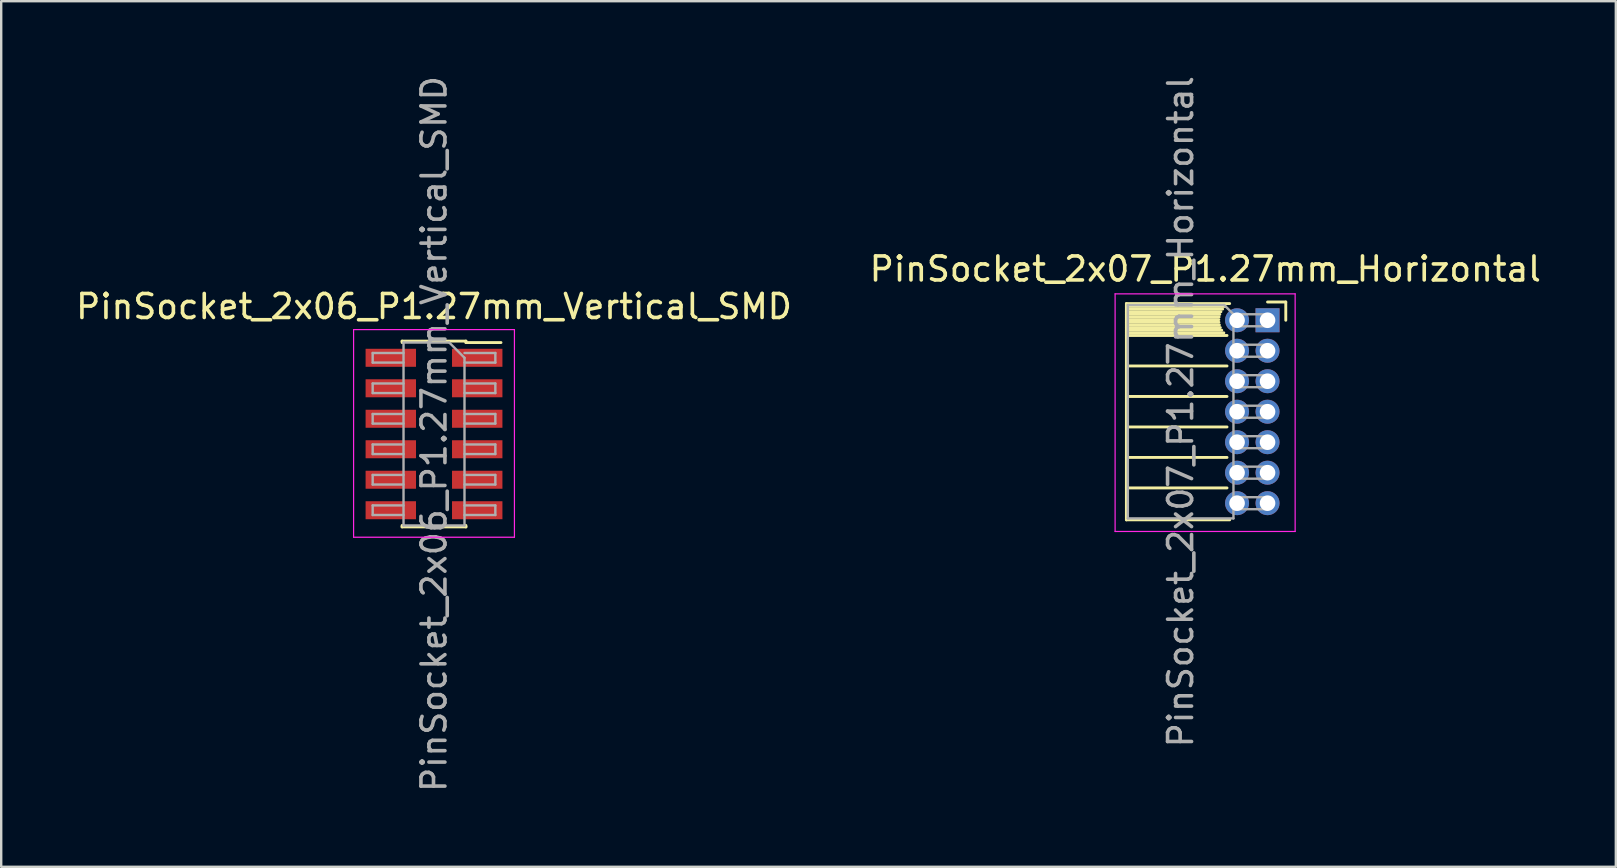
<source format=kicad_pcb>
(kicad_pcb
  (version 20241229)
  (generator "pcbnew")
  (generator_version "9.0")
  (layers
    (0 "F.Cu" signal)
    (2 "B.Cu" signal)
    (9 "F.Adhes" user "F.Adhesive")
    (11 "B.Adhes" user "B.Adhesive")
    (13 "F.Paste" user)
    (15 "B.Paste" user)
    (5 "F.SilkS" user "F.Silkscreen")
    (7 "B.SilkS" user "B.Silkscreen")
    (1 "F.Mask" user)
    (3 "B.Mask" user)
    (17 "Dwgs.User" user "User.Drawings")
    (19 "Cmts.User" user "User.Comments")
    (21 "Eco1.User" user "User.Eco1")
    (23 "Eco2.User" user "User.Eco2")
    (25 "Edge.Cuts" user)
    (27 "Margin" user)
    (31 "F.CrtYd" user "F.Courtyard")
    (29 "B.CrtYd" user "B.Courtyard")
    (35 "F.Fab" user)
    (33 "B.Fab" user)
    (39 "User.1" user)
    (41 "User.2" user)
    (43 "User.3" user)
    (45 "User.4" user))
  (footprint "PinSocket_2x07_P1.27mm_Horizontal"
    (layer "F.Cu")
    (at 49.753 10.291)
    (property "Reference" "PinSocket_2x07_P1.27mm_Horizontal" (at -2.592 -2.135 0) (layer "F.SilkS") (effects (font (size 1 1) (thickness 0.15))))
    (attr through_hole)
    (fp_line (start -5.88 -0.695) (end -5.88 8.315) (stroke (width 0.12) (type solid)) (layer "F.SilkS"))
    (fp_line (start -5.88 -0.695) (end -1.578 -0.695) (stroke (width 0.12) (type solid)) (layer "F.SilkS"))
    (fp_line (start -5.88 -0.575) (end -1.767 -0.575) (stroke (width 0.12) (type solid)) (layer "F.SilkS"))
    (fp_line (start -5.88 -0.465) (end -1.871 -0.465) (stroke (width 0.12) (type solid)) (layer "F.SilkS"))
    (fp_line (start -5.88 -0.355) (end -1.942 -0.355) (stroke (width 0.12) (type solid)) (layer "F.SilkS"))
    (fp_line (start -5.88 -0.245) (end -1.989 -0.245) (stroke (width 0.12) (type solid)) (layer "F.SilkS"))
    (fp_line (start -5.88 -0.135) (end -2.018 -0.135) (stroke (width 0.12) (type solid)) (layer "F.SilkS"))
    (fp_line (start -5.88 -0.025) (end -2.03 -0.025) (stroke (width 0.12) (type solid)) (layer "F.SilkS"))
    (fp_line (start -5.88 0.085) (end -2.025 0.085) (stroke (width 0.12) (type solid)) (layer "F.SilkS"))
    (fp_line (start -5.88 0.195) (end -2.005 0.195) (stroke (width 0.12) (type solid)) (layer "F.SilkS"))
    (fp_line (start -5.88 0.305) (end -1.966 0.305) (stroke (width 0.12) (type solid)) (layer "F.SilkS"))
    (fp_line (start -5.88 0.415) (end -1.907 0.415) (stroke (width 0.12) (type solid)) (layer "F.SilkS"))
    (fp_line (start -5.88 0.525) (end -1.82 0.525) (stroke (width 0.12) (type solid)) (layer "F.SilkS"))
    (fp_line (start -5.88 0.635) (end -1.688 0.635) (stroke (width 0.12) (type solid)) (layer "F.SilkS"))
    (fp_line (start -5.88 1.905) (end -1.688 1.905) (stroke (width 0.12) (type solid)) (layer "F.SilkS"))
    (fp_line (start -5.88 3.175) (end -1.688 3.175) (stroke (width 0.12) (type solid)) (layer "F.SilkS"))
    (fp_line (start -5.88 4.445) (end -1.688 4.445) (stroke (width 0.12) (type solid)) (layer "F.SilkS"))
    (fp_line (start -5.88 5.715) (end -1.688 5.715) (stroke (width 0.12) (type solid)) (layer "F.SilkS"))
    (fp_line (start -5.88 6.985) (end -1.688 6.985) (stroke (width 0.12) (type solid)) (layer "F.SilkS"))
    (fp_line (start -5.88 8.315) (end -1.578 8.315) (stroke (width 0.12) (type solid)) (layer "F.SilkS"))
    (fp_line (start 0 -0.76) (end 0.76 -0.76) (stroke (width 0.12) (type solid)) (layer "F.SilkS"))
    (fp_line (start 0.76 -0.76) (end 0.76 0) (stroke (width 0.12) (type solid)) (layer "F.SilkS"))
    (fp_line (start -6.35 -1.1) (end -6.35 8.8) (stroke (width 0.05) (type solid)) (layer "F.CrtYd"))
    (fp_line (start -6.35 8.8) (end 1.15 8.8) (stroke (width 0.05) (type solid)) (layer "F.CrtYd"))
    (fp_line (start 1.15 -1.1) (end -6.35 -1.1) (stroke (width 0.05) (type solid)) (layer "F.CrtYd"))
    (fp_line (start 1.15 8.8) (end 1.15 -1.1) (stroke (width 0.05) (type solid)) (layer "F.CrtYd"))
    (fp_line (start -5.82 -0.635) (end -1.805 -0.635) (stroke (width 0.1) (type solid)) (layer "F.Fab"))
    (fp_line (start -5.82 8.255) (end -5.82 -0.635) (stroke (width 0.1) (type solid)) (layer "F.Fab"))
    (fp_line (start -1.805 -0.635) (end -1.42 -0.25) (stroke (width 0.1) (type solid)) (layer "F.Fab"))
    (fp_line (start -1.42 -0.25) (end -1.42 8.255) (stroke (width 0.1) (type solid)) (layer "F.Fab"))
    (fp_line (start -1.42 0.25) (end 0 0.25) (stroke (width 0.1) (type solid)) (layer "F.Fab"))
    (fp_line (start -1.42 1.52) (end 0 1.52) (stroke (width 0.1) (type solid)) (layer "F.Fab"))
    (fp_line (start -1.42 2.79) (end 0 2.79) (stroke (width 0.1) (type solid)) (layer "F.Fab"))
    (fp_line (start -1.42 4.06) (end 0 4.06) (stroke (width 0.1) (type solid)) (layer "F.Fab"))
    (fp_line (start -1.42 5.33) (end 0 5.33) (stroke (width 0.1) (type solid)) (layer "F.Fab"))
    (fp_line (start -1.42 6.6) (end 0 6.6) (stroke (width 0.1) (type solid)) (layer "F.Fab"))
    (fp_line (start -1.42 7.87) (end 0 7.87) (stroke (width 0.1) (type solid)) (layer "F.Fab"))
    (fp_line (start -1.42 8.255) (end -5.82 8.255) (stroke (width 0.1) (type solid)) (layer "F.Fab"))
    (fp_line (start 0 -0.25) (end -1.42 -0.25) (stroke (width 0.1) (type solid)) (layer "F.Fab"))
    (fp_line (start 0 0.25) (end 0 -0.25) (stroke (width 0.1) (type solid)) (layer "F.Fab"))
    (fp_line (start 0 1.02) (end -1.42 1.02) (stroke (width 0.1) (type solid)) (layer "F.Fab"))
    (fp_line (start 0 1.52) (end 0 1.02) (stroke (width 0.1) (type solid)) (layer "F.Fab"))
    (fp_line (start 0 2.29) (end -1.42 2.29) (stroke (width 0.1) (type solid)) (layer "F.Fab"))
    (fp_line (start 0 2.79) (end 0 2.29) (stroke (width 0.1) (type solid)) (layer "F.Fab"))
    (fp_line (start 0 3.56) (end -1.42 3.56) (stroke (width 0.1) (type solid)) (layer "F.Fab"))
    (fp_line (start 0 4.06) (end 0 3.56) (stroke (width 0.1) (type solid)) (layer "F.Fab"))
    (fp_line (start 0 4.83) (end -1.42 4.83) (stroke (width 0.1) (type solid)) (layer "F.Fab"))
    (fp_line (start 0 5.33) (end 0 4.83) (stroke (width 0.1) (type solid)) (layer "F.Fab"))
    (fp_line (start 0 6.1) (end -1.42 6.1) (stroke (width 0.1) (type solid)) (layer "F.Fab"))
    (fp_line (start 0 6.6) (end 0 6.1) (stroke (width 0.1) (type solid)) (layer "F.Fab"))
    (fp_line (start 0 7.37) (end -1.42 7.37) (stroke (width 0.1) (type solid)) (layer "F.Fab"))
    (fp_line (start 0 7.87) (end 0 7.37) (stroke (width 0.1) (type solid)) (layer "F.Fab"))
    (fp_text user "${REFERENCE}" (at -3.62 3.81 90) (layer "F.Fab") (effects (font (size 1 1) (thickness 0.15))))
    (pad "1" thru_hole rect (at 0 0) (size 1 1) (drill 0.65) (layers "*.Cu" "*.Mask"))
    (pad "2" thru_hole oval (at -1.27 0) (size 1 1) (drill 0.65) (layers "*.Cu" "*.Mask"))
    (pad "3" thru_hole oval (at 0 1.27) (size 1 1) (drill 0.65) (layers "*.Cu" "*.Mask"))
    (pad "4" thru_hole oval (at -1.27 1.27) (size 1 1) (drill 0.65) (layers "*.Cu" "*.Mask"))
    (pad "5" thru_hole oval (at 0 2.54) (size 1 1) (drill 0.65) (layers "*.Cu" "*.Mask"))
    (pad "6" thru_hole oval (at -1.27 2.54) (size 1 1) (drill 0.65) (layers "*.Cu" "*.Mask"))
    (pad "7" thru_hole oval (at 0 3.81) (size 1 1) (drill 0.65) (layers "*.Cu" "*.Mask"))
    (pad "8" thru_hole oval (at -1.27 3.81) (size 1 1) (drill 0.65) (layers "*.Cu" "*.Mask"))
    (pad "9" thru_hole oval (at 0 5.08) (size 1 1) (drill 0.65) (layers "*.Cu" "*.Mask"))
    (pad "10" thru_hole oval (at -1.27 5.08) (size 1 1) (drill 0.65) (layers "*.Cu" "*.Mask"))
    (pad "11" thru_hole oval (at 0 6.35) (size 1 1) (drill 0.65) (layers "*.Cu" "*.Mask"))
    (pad "12" thru_hole oval (at -1.27 6.35) (size 1 1) (drill 0.65) (layers "*.Cu" "*.Mask"))
    (pad "13" thru_hole oval (at 0 7.62) (size 1 1) (drill 0.65) (layers "*.Cu" "*.Mask"))
    (pad "14" thru_hole oval (at -1.27 7.62) (size 1 1) (drill 0.65) (layers "*.Cu" "*.Mask")))
  (footprint "PinSocket_2x06_P1.27mm_Vertical_SMD"
    (layer "F.Cu")
    (at 15.03 15.03)
    (property "Reference" "PinSocket_2x06_P1.27mm_Vertical_SMD" (at 0 -5.31 0) (layer "F.SilkS") (effects (font (size 1 1) (thickness 0.15))))
    (attr smd)
    (fp_line (start -1.33 -3.87) (end -1.33 -3.81) (stroke (width 0.12) (type solid)) (layer "F.SilkS"))
    (fp_line (start -1.33 -3.87) (end 1.33 -3.87) (stroke (width 0.12) (type solid)) (layer "F.SilkS"))
    (fp_line (start -1.33 3.81) (end -1.33 3.87) (stroke (width 0.12) (type solid)) (layer "F.SilkS"))
    (fp_line (start -1.33 3.87) (end 1.33 3.87) (stroke (width 0.12) (type solid)) (layer "F.SilkS"))
    (fp_line (start 1.33 -3.87) (end 1.33 -3.81) (stroke (width 0.12) (type solid)) (layer "F.SilkS"))
    (fp_line (start 1.33 -3.81) (end 2.79 -3.81) (stroke (width 0.12) (type solid)) (layer "F.SilkS"))
    (fp_line (start 1.33 3.81) (end 1.33 3.87) (stroke (width 0.12) (type solid)) (layer "F.SilkS"))
    (fp_line (start -3.35 -4.35) (end 3.35 -4.35) (stroke (width 0.05) (type solid)) (layer "F.CrtYd"))
    (fp_line (start -3.35 4.3) (end -3.35 -4.35) (stroke (width 0.05) (type solid)) (layer "F.CrtYd"))
    (fp_line (start 3.35 -4.35) (end 3.35 4.3) (stroke (width 0.05) (type solid)) (layer "F.CrtYd"))
    (fp_line (start 3.35 4.3) (end -3.35 4.3) (stroke (width 0.05) (type solid)) (layer "F.CrtYd"))
    (fp_line (start -2.555 -3.375) (end -1.27 -3.375) (stroke (width 0.1) (type solid)) (layer "F.Fab"))
    (fp_line (start -2.555 -2.975) (end -2.555 -3.375) (stroke (width 0.1) (type solid)) (layer "F.Fab"))
    (fp_line (start -2.555 -2.105) (end -1.27 -2.105) (stroke (width 0.1) (type solid)) (layer "F.Fab"))
    (fp_line (start -2.555 -1.705) (end -2.555 -2.105) (stroke (width 0.1) (type solid)) (layer "F.Fab"))
    (fp_line (start -2.555 -0.835) (end -1.27 -0.835) (stroke (width 0.1) (type solid)) (layer "F.Fab"))
    (fp_line (start -2.555 -0.435) (end -2.555 -0.835) (stroke (width 0.1) (type solid)) (layer "F.Fab"))
    (fp_line (start -2.555 0.435) (end -1.27 0.435) (stroke (width 0.1) (type solid)) (layer "F.Fab"))
    (fp_line (start -2.555 0.835) (end -2.555 0.435) (stroke (width 0.1) (type solid)) (layer "F.Fab"))
    (fp_line (start -2.555 1.705) (end -1.27 1.705) (stroke (width 0.1) (type solid)) (layer "F.Fab"))
    (fp_line (start -2.555 2.105) (end -2.555 1.705) (stroke (width 0.1) (type solid)) (layer "F.Fab"))
    (fp_line (start -2.555 2.975) (end -1.27 2.975) (stroke (width 0.1) (type solid)) (layer "F.Fab"))
    (fp_line (start -2.555 3.375) (end -2.555 2.975) (stroke (width 0.1) (type solid)) (layer "F.Fab"))
    (fp_line (start -1.27 -3.81) (end 0.635 -3.81) (stroke (width 0.1) (type solid)) (layer "F.Fab"))
    (fp_line (start -1.27 -2.975) (end -2.555 -2.975) (stroke (width 0.1) (type solid)) (layer "F.Fab"))
    (fp_line (start -1.27 -1.705) (end -2.555 -1.705) (stroke (width 0.1) (type solid)) (layer "F.Fab"))
    (fp_line (start -1.27 -0.435) (end -2.555 -0.435) (stroke (width 0.1) (type solid)) (layer "F.Fab"))
    (fp_line (start -1.27 0.835) (end -2.555 0.835) (stroke (width 0.1) (type solid)) (layer "F.Fab"))
    (fp_line (start -1.27 2.105) (end -2.555 2.105) (stroke (width 0.1) (type solid)) (layer "F.Fab"))
    (fp_line (start -1.27 3.375) (end -2.555 3.375) (stroke (width 0.1) (type solid)) (layer "F.Fab"))
    (fp_line (start -1.27 3.81) (end -1.27 -3.81) (stroke (width 0.1) (type solid)) (layer "F.Fab"))
    (fp_line (start 0.635 -3.81) (end 1.27 -3.175) (stroke (width 0.1) (type solid)) (layer "F.Fab"))
    (fp_line (start 1.27 -3.375) (end 2.555 -3.375) (stroke (width 0.1) (type solid)) (layer "F.Fab"))
    (fp_line (start 1.27 -3.175) (end 1.27 3.81) (stroke (width 0.1) (type solid)) (layer "F.Fab"))
    (fp_line (start 1.27 -2.105) (end 2.555 -2.105) (stroke (width 0.1) (type solid)) (layer "F.Fab"))
    (fp_line (start 1.27 -0.835) (end 2.555 -0.835) (stroke (width 0.1) (type solid)) (layer "F.Fab"))
    (fp_line (start 1.27 0.435) (end 2.555 0.435) (stroke (width 0.1) (type solid)) (layer "F.Fab"))
    (fp_line (start 1.27 1.705) (end 2.555 1.705) (stroke (width 0.1) (type solid)) (layer "F.Fab"))
    (fp_line (start 1.27 2.975) (end 2.555 2.975) (stroke (width 0.1) (type solid)) (layer "F.Fab"))
    (fp_line (start 1.27 3.81) (end -1.27 3.81) (stroke (width 0.1) (type solid)) (layer "F.Fab"))
    (fp_line (start 2.555 -3.375) (end 2.555 -2.975) (stroke (width 0.1) (type solid)) (layer "F.Fab"))
    (fp_line (start 2.555 -2.975) (end 1.27 -2.975) (stroke (width 0.1) (type solid)) (layer "F.Fab"))
    (fp_line (start 2.555 -2.105) (end 2.555 -1.705) (stroke (width 0.1) (type solid)) (layer "F.Fab"))
    (fp_line (start 2.555 -1.705) (end 1.27 -1.705) (stroke (width 0.1) (type solid)) (layer "F.Fab"))
    (fp_line (start 2.555 -0.835) (end 2.555 -0.435) (stroke (width 0.1) (type solid)) (layer "F.Fab"))
    (fp_line (start 2.555 -0.435) (end 1.27 -0.435) (stroke (width 0.1) (type solid)) (layer "F.Fab"))
    (fp_line (start 2.555 0.435) (end 2.555 0.835) (stroke (width 0.1) (type solid)) (layer "F.Fab"))
    (fp_line (start 2.555 0.835) (end 1.27 0.835) (stroke (width 0.1) (type solid)) (layer "F.Fab"))
    (fp_line (start 2.555 1.705) (end 2.555 2.105) (stroke (width 0.1) (type solid)) (layer "F.Fab"))
    (fp_line (start 2.555 2.105) (end 1.27 2.105) (stroke (width 0.1) (type solid)) (layer "F.Fab"))
    (fp_line (start 2.555 2.975) (end 2.555 3.375) (stroke (width 0.1) (type solid)) (layer "F.Fab"))
    (fp_line (start 2.555 3.375) (end 1.27 3.375) (stroke (width 0.1) (type solid)) (layer "F.Fab"))
    (fp_text user "${REFERENCE}" (at 0 0 90) (layer "F.Fab") (effects (font (size 1 1) (thickness 0.15))))
    (pad "1" smd rect (at 1.8 -3.175) (size 2.1 0.75) (layers "F.Cu" "F.Mask" "F.Paste"))
    (pad "2" smd rect (at -1.8 -3.175) (size 2.1 0.75) (layers "F.Cu" "F.Mask" "F.Paste"))
    (pad "3" smd rect (at 1.8 -1.905) (size 2.1 0.75) (layers "F.Cu" "F.Mask" "F.Paste"))
    (pad "4" smd rect (at -1.8 -1.905) (size 2.1 0.75) (layers "F.Cu" "F.Mask" "F.Paste"))
    (pad "5" smd rect (at 1.8 -0.635) (size 2.1 0.75) (layers "F.Cu" "F.Mask" "F.Paste"))
    (pad "6" smd rect (at -1.8 -0.635) (size 2.1 0.75) (layers "F.Cu" "F.Mask" "F.Paste"))
    (pad "7" smd rect (at 1.8 0.635) (size 2.1 0.75) (layers "F.Cu" "F.Mask" "F.Paste"))
    (pad "8" smd rect (at -1.8 0.635) (size 2.1 0.75) (layers "F.Cu" "F.Mask" "F.Paste"))
    (pad "9" smd rect (at 1.8 1.905) (size 2.1 0.75) (layers "F.Cu" "F.Mask" "F.Paste"))
    (pad "10" smd rect (at -1.8 1.905) (size 2.1 0.75) (layers "F.Cu" "F.Mask" "F.Paste"))
    (pad "11" smd rect (at 1.8 3.175) (size 2.1 0.75) (layers "F.Cu" "F.Mask" "F.Paste"))
    (pad "12" smd rect (at -1.8 3.175) (size 2.1 0.75) (layers "F.Cu" "F.Mask" "F.Paste")))
  (gr_rect
    (start -3 -3)
    (end 64.262 33.06)
    (stroke (width 0.1) (type default))
    (fill no)
    (layer "Edge.Cuts")))
</source>
